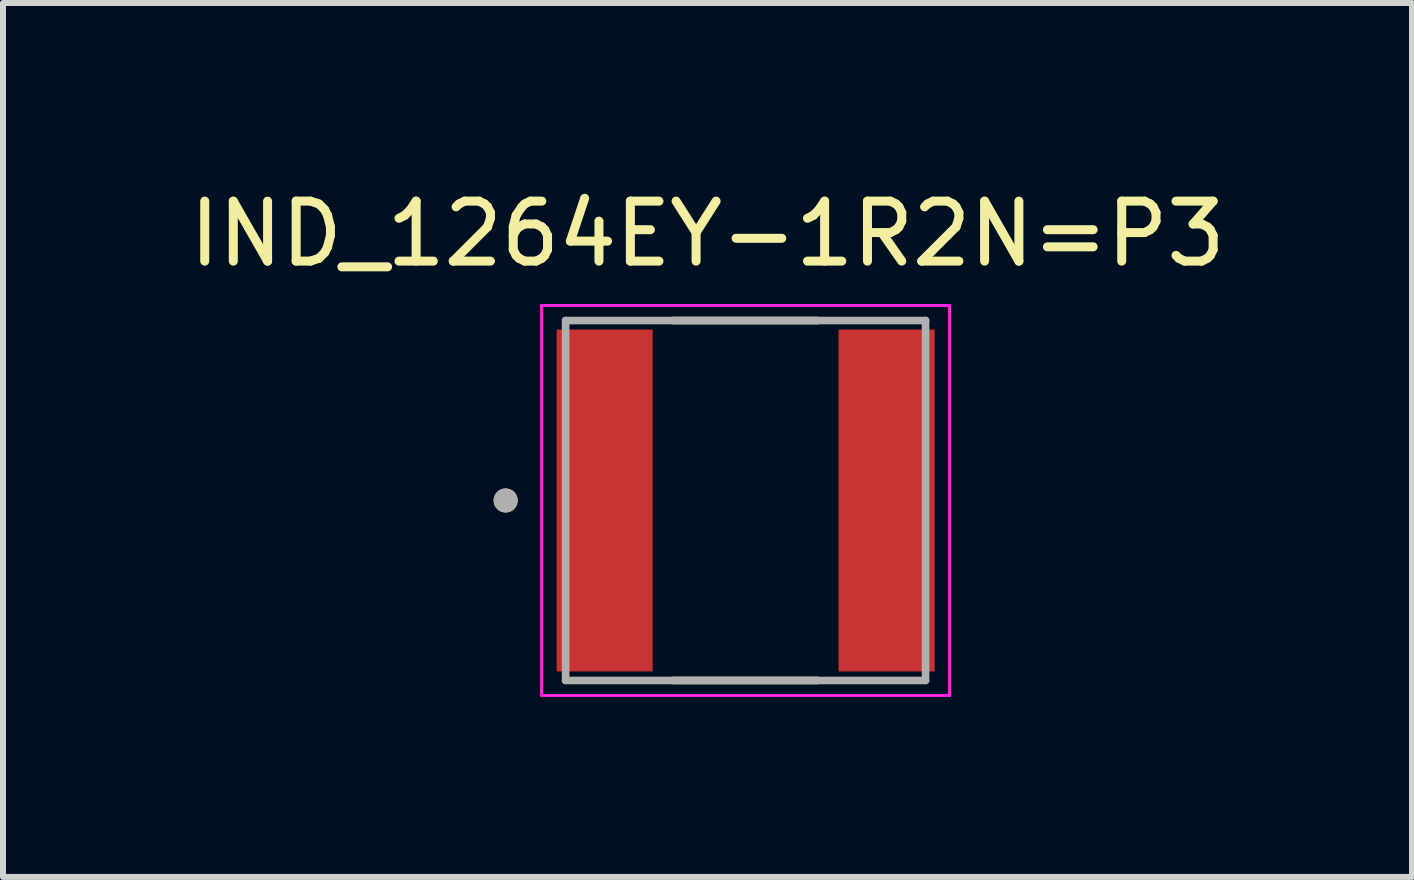
<source format=kicad_pcb>
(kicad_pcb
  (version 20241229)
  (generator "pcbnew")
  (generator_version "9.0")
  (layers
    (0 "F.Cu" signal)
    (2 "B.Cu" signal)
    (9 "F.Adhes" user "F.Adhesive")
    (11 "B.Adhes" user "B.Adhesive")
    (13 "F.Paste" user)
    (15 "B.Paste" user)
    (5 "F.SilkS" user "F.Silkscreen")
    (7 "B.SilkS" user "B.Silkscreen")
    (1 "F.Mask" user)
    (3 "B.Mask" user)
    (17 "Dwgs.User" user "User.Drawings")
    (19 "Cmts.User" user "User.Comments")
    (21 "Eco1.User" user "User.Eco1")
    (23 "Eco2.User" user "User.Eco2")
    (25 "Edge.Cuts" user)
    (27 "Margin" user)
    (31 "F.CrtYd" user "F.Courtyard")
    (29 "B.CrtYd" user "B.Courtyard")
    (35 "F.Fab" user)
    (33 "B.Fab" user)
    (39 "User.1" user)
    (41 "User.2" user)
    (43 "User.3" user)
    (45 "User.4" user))
  (footprint "IND_1264EY-1R2N=P3"
    (layer "F.Cu")
    (at 9.379 5.293)
    (property "Reference" "IND_1264EY-1R2N=P3" (at -0.635 -4.445 0) (layer "F.SilkS") (effects (font (size 1 1) (thickness 0.15))))
    (attr smd)
    (fp_line (start -1.2 -3) (end 1.2 -3) (stroke (width 0.127) (type solid)) (layer "F.SilkS"))
    (fp_line (start -1.2 3) (end 1.2 3) (stroke (width 0.127) (type solid)) (layer "F.SilkS"))
    (fp_circle (center -4 0) (end -3.9 0) (stroke (width 0.2) (type solid)) (fill no) (layer "F.SilkS"))
    (fp_line (start -3.4 -3.25) (end 3.4 -3.25) (stroke (width 0.05) (type solid)) (layer "F.CrtYd"))
    (fp_line (start -3.4 3.25) (end -3.4 -3.25) (stroke (width 0.05) (type solid)) (layer "F.CrtYd"))
    (fp_line (start 3.4 -3.25) (end 3.4 3.25) (stroke (width 0.05) (type solid)) (layer "F.CrtYd"))
    (fp_line (start 3.4 3.25) (end -3.4 3.25) (stroke (width 0.05) (type solid)) (layer "F.CrtYd"))
    (fp_line (start -3 -3) (end 3 -3) (stroke (width 0.127) (type solid)) (layer "F.Fab"))
    (fp_line (start -3 3) (end -3 -3) (stroke (width 0.127) (type solid)) (layer "F.Fab"))
    (fp_line (start 3 -3) (end 3 3) (stroke (width 0.127) (type solid)) (layer "F.Fab"))
    (fp_line (start 3 3) (end -3 3) (stroke (width 0.127) (type solid)) (layer "F.Fab"))
    (fp_circle (center -4 0) (end -3.9 0) (stroke (width 0.2) (type solid)) (fill no) (layer "F.Fab"))
    (pad "1" smd rect (at -2.35 0) (size 1.6 5.7) (layers "F.Cu" "F.Mask" "F.Paste"))
    (pad "2" smd rect (at 2.35 0) (size 1.6 5.7) (layers "F.Cu" "F.Mask" "F.Paste")))
  (gr_rect
    (start -3 -3)
    (end 20.488 11.568)
    (stroke (width 0.1) (type default))
    (fill no)
    (layer "Edge.Cuts")))
</source>
